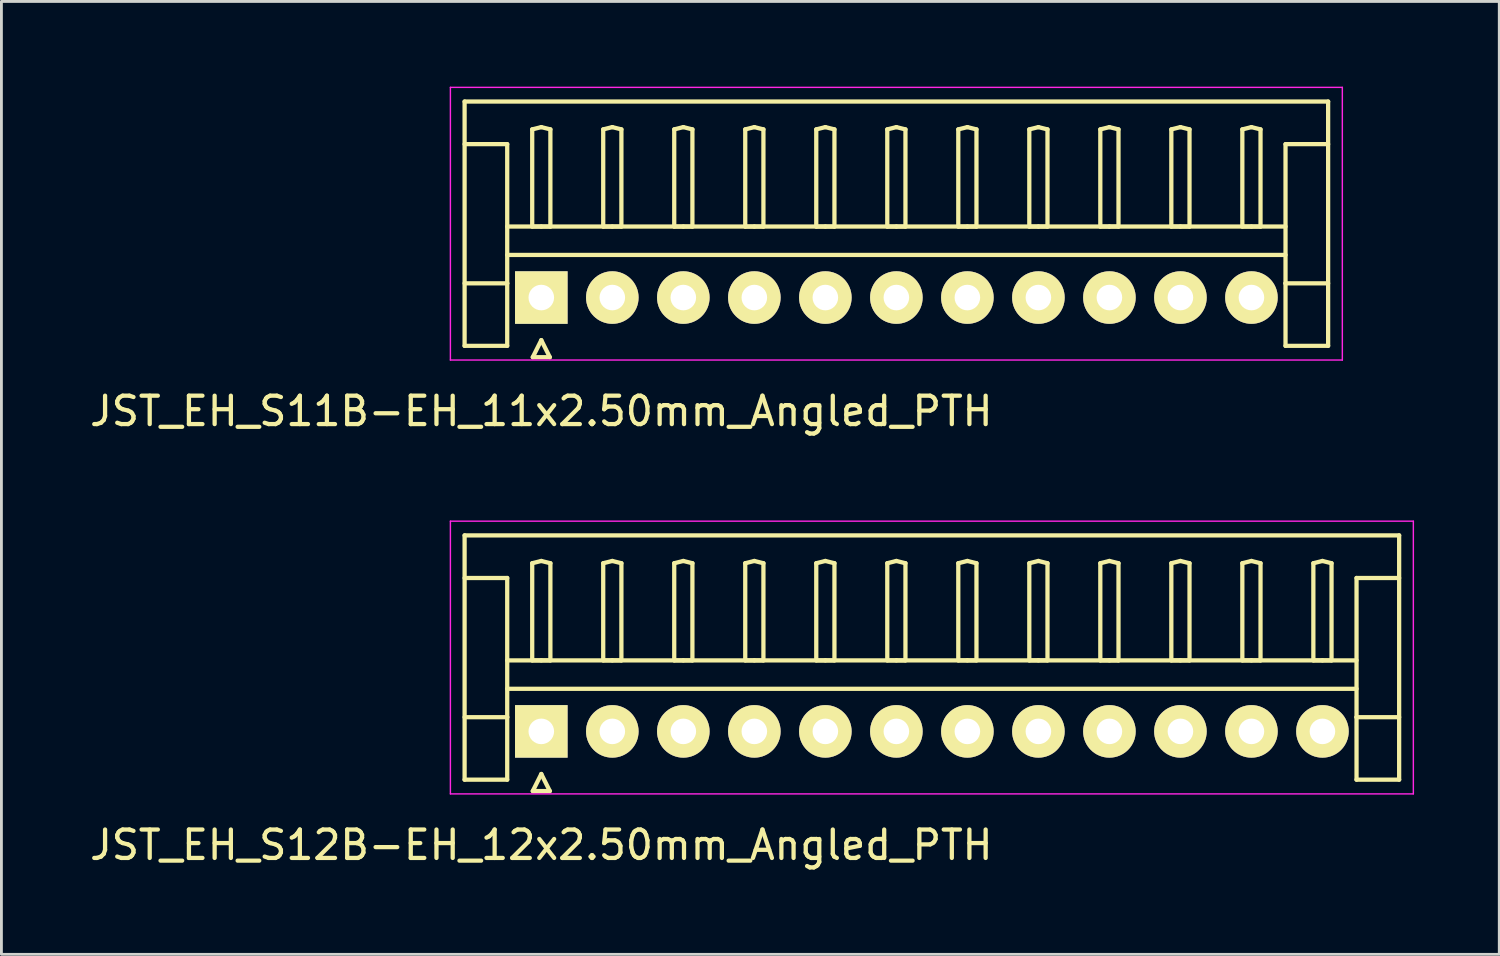
<source format=kicad_pcb>
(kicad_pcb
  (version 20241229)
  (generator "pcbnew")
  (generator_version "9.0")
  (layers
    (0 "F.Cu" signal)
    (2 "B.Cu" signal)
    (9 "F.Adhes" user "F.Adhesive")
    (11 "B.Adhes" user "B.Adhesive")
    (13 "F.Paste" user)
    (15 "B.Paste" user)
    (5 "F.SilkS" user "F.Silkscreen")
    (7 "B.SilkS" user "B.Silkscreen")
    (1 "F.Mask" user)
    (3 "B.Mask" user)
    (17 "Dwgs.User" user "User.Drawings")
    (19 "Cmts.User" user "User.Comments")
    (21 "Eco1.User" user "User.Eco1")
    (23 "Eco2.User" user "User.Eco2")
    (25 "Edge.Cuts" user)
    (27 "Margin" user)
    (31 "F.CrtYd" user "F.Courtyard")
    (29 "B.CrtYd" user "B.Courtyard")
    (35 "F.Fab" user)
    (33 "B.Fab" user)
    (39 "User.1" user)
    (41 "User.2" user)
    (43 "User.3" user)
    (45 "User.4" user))
  (footprint "JST_EH_S12B-EH_12x2.50mm_Angled_PTH"
    (layer "F.Cu")
    (at 16.006 22.698)
    (property "Reference" "JST_EH_S12B-EH_12x2.50mm_Angled_PTH" (at 0 4 0) (layer "F.SilkS") (effects (font (size 1 1) (thickness 0.15))))
    (attr through_hole)
    (fp_line (start -2.7 -6.9) (end 30.2 -6.9) (stroke (width 0.15) (type solid)) (layer "F.SilkS"))
    (fp_line (start -2.7 -5.4) (end -1.2 -5.4) (stroke (width 0.15) (type solid)) (layer "F.SilkS"))
    (fp_line (start -2.7 1.7) (end -2.7 -6.9) (stroke (width 0.15) (type solid)) (layer "F.SilkS"))
    (fp_line (start -1.2 -5.4) (end -1.2 -0.5) (stroke (width 0.15) (type solid)) (layer "F.SilkS"))
    (fp_line (start -1.2 -2.5) (end 28.7 -2.5) (stroke (width 0.15) (type solid)) (layer "F.SilkS"))
    (fp_line (start -1.2 -1.5) (end 28.7 -1.5) (stroke (width 0.15) (type solid)) (layer "F.SilkS"))
    (fp_line (start -1.2 -0.5) (end -2.7 -0.5) (stroke (width 0.15) (type solid)) (layer "F.SilkS"))
    (fp_line (start -1.2 -0.5) (end -1.2 1.7) (stroke (width 0.15) (type solid)) (layer "F.SilkS"))
    (fp_line (start -1.2 1.7) (end -2.7 1.7) (stroke (width 0.15) (type solid)) (layer "F.SilkS"))
    (fp_line (start -0.32 -5.92) (end 0 -6) (stroke (width 0.15) (type solid)) (layer "F.SilkS"))
    (fp_line (start -0.32 -2.5) (end -0.32 -5.92) (stroke (width 0.15) (type solid)) (layer "F.SilkS"))
    (fp_line (start -0.3 2.1) (end 0.3 2.1) (stroke (width 0.15) (type solid)) (layer "F.SilkS"))
    (fp_line (start 0 -6) (end 0.32 -5.92) (stroke (width 0.15) (type solid)) (layer "F.SilkS"))
    (fp_line (start 0 -2.5) (end -0.32 -2.5) (stroke (width 0.15) (type solid)) (layer "F.SilkS"))
    (fp_line (start 0 1.5) (end -0.3 2.1) (stroke (width 0.15) (type solid)) (layer "F.SilkS"))
    (fp_line (start 0.3 2.1) (end 0 1.5) (stroke (width 0.15) (type solid)) (layer "F.SilkS"))
    (fp_line (start 0.32 -5.92) (end 0.32 -2.5) (stroke (width 0.15) (type solid)) (layer "F.SilkS"))
    (fp_line (start 0.32 -2.5) (end 0 -2.5) (stroke (width 0.15) (type solid)) (layer "F.SilkS"))
    (fp_line (start 2.18 -5.92) (end 2.5 -6) (stroke (width 0.15) (type solid)) (layer "F.SilkS"))
    (fp_line (start 2.18 -2.5) (end 2.18 -5.92) (stroke (width 0.15) (type solid)) (layer "F.SilkS"))
    (fp_line (start 2.5 -6) (end 2.82 -5.92) (stroke (width 0.15) (type solid)) (layer "F.SilkS"))
    (fp_line (start 2.5 -2.5) (end 2.18 -2.5) (stroke (width 0.15) (type solid)) (layer "F.SilkS"))
    (fp_line (start 2.82 -5.92) (end 2.82 -2.5) (stroke (width 0.15) (type solid)) (layer "F.SilkS"))
    (fp_line (start 2.82 -2.5) (end 2.5 -2.5) (stroke (width 0.15) (type solid)) (layer "F.SilkS"))
    (fp_line (start 4.68 -5.92) (end 5 -6) (stroke (width 0.15) (type solid)) (layer "F.SilkS"))
    (fp_line (start 4.68 -2.5) (end 4.68 -5.92) (stroke (width 0.15) (type solid)) (layer "F.SilkS"))
    (fp_line (start 5 -6) (end 5.32 -5.92) (stroke (width 0.15) (type solid)) (layer "F.SilkS"))
    (fp_line (start 5 -2.5) (end 4.68 -2.5) (stroke (width 0.15) (type solid)) (layer "F.SilkS"))
    (fp_line (start 5.32 -5.92) (end 5.32 -2.5) (stroke (width 0.15) (type solid)) (layer "F.SilkS"))
    (fp_line (start 5.32 -2.5) (end 5 -2.5) (stroke (width 0.15) (type solid)) (layer "F.SilkS"))
    (fp_line (start 7.18 -5.92) (end 7.5 -6) (stroke (width 0.15) (type solid)) (layer "F.SilkS"))
    (fp_line (start 7.18 -2.5) (end 7.18 -5.92) (stroke (width 0.15) (type solid)) (layer "F.SilkS"))
    (fp_line (start 7.5 -6) (end 7.82 -5.92) (stroke (width 0.15) (type solid)) (layer "F.SilkS"))
    (fp_line (start 7.5 -2.5) (end 7.18 -2.5) (stroke (width 0.15) (type solid)) (layer "F.SilkS"))
    (fp_line (start 7.82 -5.92) (end 7.82 -2.5) (stroke (width 0.15) (type solid)) (layer "F.SilkS"))
    (fp_line (start 7.82 -2.5) (end 7.5 -2.5) (stroke (width 0.15) (type solid)) (layer "F.SilkS"))
    (fp_line (start 9.68 -5.92) (end 10 -6) (stroke (width 0.15) (type solid)) (layer "F.SilkS"))
    (fp_line (start 9.68 -2.5) (end 9.68 -5.92) (stroke (width 0.15) (type solid)) (layer "F.SilkS"))
    (fp_line (start 10 -6) (end 10.32 -5.92) (stroke (width 0.15) (type solid)) (layer "F.SilkS"))
    (fp_line (start 10 -2.5) (end 9.68 -2.5) (stroke (width 0.15) (type solid)) (layer "F.SilkS"))
    (fp_line (start 10.32 -5.92) (end 10.32 -2.5) (stroke (width 0.15) (type solid)) (layer "F.SilkS"))
    (fp_line (start 10.32 -2.5) (end 10 -2.5) (stroke (width 0.15) (type solid)) (layer "F.SilkS"))
    (fp_line (start 12.18 -5.92) (end 12.5 -6) (stroke (width 0.15) (type solid)) (layer "F.SilkS"))
    (fp_line (start 12.18 -2.5) (end 12.18 -5.92) (stroke (width 0.15) (type solid)) (layer "F.SilkS"))
    (fp_line (start 12.5 -6) (end 12.82 -5.92) (stroke (width 0.15) (type solid)) (layer "F.SilkS"))
    (fp_line (start 12.5 -2.5) (end 12.18 -2.5) (stroke (width 0.15) (type solid)) (layer "F.SilkS"))
    (fp_line (start 12.82 -5.92) (end 12.82 -2.5) (stroke (width 0.15) (type solid)) (layer "F.SilkS"))
    (fp_line (start 12.82 -2.5) (end 12.5 -2.5) (stroke (width 0.15) (type solid)) (layer "F.SilkS"))
    (fp_line (start 14.68 -5.92) (end 15 -6) (stroke (width 0.15) (type solid)) (layer "F.SilkS"))
    (fp_line (start 14.68 -2.5) (end 14.68 -5.92) (stroke (width 0.15) (type solid)) (layer "F.SilkS"))
    (fp_line (start 15 -6) (end 15.32 -5.92) (stroke (width 0.15) (type solid)) (layer "F.SilkS"))
    (fp_line (start 15 -2.5) (end 14.68 -2.5) (stroke (width 0.15) (type solid)) (layer "F.SilkS"))
    (fp_line (start 15.32 -5.92) (end 15.32 -2.5) (stroke (width 0.15) (type solid)) (layer "F.SilkS"))
    (fp_line (start 15.32 -2.5) (end 15 -2.5) (stroke (width 0.15) (type solid)) (layer "F.SilkS"))
    (fp_line (start 17.18 -5.92) (end 17.5 -6) (stroke (width 0.15) (type solid)) (layer "F.SilkS"))
    (fp_line (start 17.18 -2.5) (end 17.18 -5.92) (stroke (width 0.15) (type solid)) (layer "F.SilkS"))
    (fp_line (start 17.5 -6) (end 17.82 -5.92) (stroke (width 0.15) (type solid)) (layer "F.SilkS"))
    (fp_line (start 17.5 -2.5) (end 17.18 -2.5) (stroke (width 0.15) (type solid)) (layer "F.SilkS"))
    (fp_line (start 17.82 -5.92) (end 17.82 -2.5) (stroke (width 0.15) (type solid)) (layer "F.SilkS"))
    (fp_line (start 17.82 -2.5) (end 17.5 -2.5) (stroke (width 0.15) (type solid)) (layer "F.SilkS"))
    (fp_line (start 19.68 -5.92) (end 20 -6) (stroke (width 0.15) (type solid)) (layer "F.SilkS"))
    (fp_line (start 19.68 -2.5) (end 19.68 -5.92) (stroke (width 0.15) (type solid)) (layer "F.SilkS"))
    (fp_line (start 20 -6) (end 20.32 -5.92) (stroke (width 0.15) (type solid)) (layer "F.SilkS"))
    (fp_line (start 20 -2.5) (end 19.68 -2.5) (stroke (width 0.15) (type solid)) (layer "F.SilkS"))
    (fp_line (start 20.32 -5.92) (end 20.32 -2.5) (stroke (width 0.15) (type solid)) (layer "F.SilkS"))
    (fp_line (start 20.32 -2.5) (end 20 -2.5) (stroke (width 0.15) (type solid)) (layer "F.SilkS"))
    (fp_line (start 22.18 -5.92) (end 22.5 -6) (stroke (width 0.15) (type solid)) (layer "F.SilkS"))
    (fp_line (start 22.18 -2.5) (end 22.18 -5.92) (stroke (width 0.15) (type solid)) (layer "F.SilkS"))
    (fp_line (start 22.5 -6) (end 22.82 -5.92) (stroke (width 0.15) (type solid)) (layer "F.SilkS"))
    (fp_line (start 22.5 -2.5) (end 22.18 -2.5) (stroke (width 0.15) (type solid)) (layer "F.SilkS"))
    (fp_line (start 22.82 -5.92) (end 22.82 -2.5) (stroke (width 0.15) (type solid)) (layer "F.SilkS"))
    (fp_line (start 22.82 -2.5) (end 22.5 -2.5) (stroke (width 0.15) (type solid)) (layer "F.SilkS"))
    (fp_line (start 24.68 -5.92) (end 25 -6) (stroke (width 0.15) (type solid)) (layer "F.SilkS"))
    (fp_line (start 24.68 -2.5) (end 24.68 -5.92) (stroke (width 0.15) (type solid)) (layer "F.SilkS"))
    (fp_line (start 25 -6) (end 25.32 -5.92) (stroke (width 0.15) (type solid)) (layer "F.SilkS"))
    (fp_line (start 25 -2.5) (end 24.68 -2.5) (stroke (width 0.15) (type solid)) (layer "F.SilkS"))
    (fp_line (start 25.32 -5.92) (end 25.32 -2.5) (stroke (width 0.15) (type solid)) (layer "F.SilkS"))
    (fp_line (start 25.32 -2.5) (end 25 -2.5) (stroke (width 0.15) (type solid)) (layer "F.SilkS"))
    (fp_line (start 27.18 -5.92) (end 27.5 -6) (stroke (width 0.15) (type solid)) (layer "F.SilkS"))
    (fp_line (start 27.18 -2.5) (end 27.18 -5.92) (stroke (width 0.15) (type solid)) (layer "F.SilkS"))
    (fp_line (start 27.5 -6) (end 27.82 -5.92) (stroke (width 0.15) (type solid)) (layer "F.SilkS"))
    (fp_line (start 27.5 -2.5) (end 27.18 -2.5) (stroke (width 0.15) (type solid)) (layer "F.SilkS"))
    (fp_line (start 27.82 -5.92) (end 27.82 -2.5) (stroke (width 0.15) (type solid)) (layer "F.SilkS"))
    (fp_line (start 27.82 -2.5) (end 27.5 -2.5) (stroke (width 0.15) (type solid)) (layer "F.SilkS"))
    (fp_line (start 28.7 -5.4) (end 28.7 -0.5) (stroke (width 0.15) (type solid)) (layer "F.SilkS"))
    (fp_line (start 28.7 -0.5) (end 30.2 -0.5) (stroke (width 0.15) (type solid)) (layer "F.SilkS"))
    (fp_line (start 28.7 1.7) (end 28.7 -0.5) (stroke (width 0.15) (type solid)) (layer "F.SilkS"))
    (fp_line (start 30.2 -6.9) (end 30.2 1.7) (stroke (width 0.15) (type solid)) (layer "F.SilkS"))
    (fp_line (start 30.2 -5.4) (end 28.7 -5.4) (stroke (width 0.15) (type solid)) (layer "F.SilkS"))
    (fp_line (start 30.2 1.7) (end 28.7 1.7) (stroke (width 0.15) (type solid)) (layer "F.SilkS"))
    (fp_line (start -3.2 -7.4) (end -3.2 2.2) (stroke (width 0.05) (type solid)) (layer "F.CrtYd"))
    (fp_line (start -3.2 2.2) (end 30.7 2.2) (stroke (width 0.05) (type solid)) (layer "F.CrtYd"))
    (fp_line (start 30.7 -7.4) (end -3.2 -7.4) (stroke (width 0.05) (type solid)) (layer "F.CrtYd"))
    (fp_line (start 30.7 2.2) (end 30.7 -7.4) (stroke (width 0.05) (type solid)) (layer "F.CrtYd"))
    (pad "1" thru_hole rect (at 0 0) (size 1.85 1.85) (drill 0.9) (layers "*.Cu" "*.Mask" "F.SilkS"))
    (pad "2" thru_hole circle (at 2.5 0) (size 1.85 1.85) (drill 0.9) (layers "*.Cu" "*.Mask" "F.SilkS"))
    (pad "3" thru_hole circle (at 5 0) (size 1.85 1.85) (drill 0.9) (layers "*.Cu" "*.Mask" "F.SilkS"))
    (pad "4" thru_hole circle (at 7.5 0) (size 1.85 1.85) (drill 0.9) (layers "*.Cu" "*.Mask" "F.SilkS"))
    (pad "5" thru_hole circle (at 10 0) (size 1.85 1.85) (drill 0.9) (layers "*.Cu" "*.Mask" "F.SilkS"))
    (pad "6" thru_hole circle (at 12.5 0) (size 1.85 1.85) (drill 0.9) (layers "*.Cu" "*.Mask" "F.SilkS"))
    (pad "7" thru_hole circle (at 15 0) (size 1.85 1.85) (drill 0.9) (layers "*.Cu" "*.Mask" "F.SilkS"))
    (pad "8" thru_hole circle (at 17.5 0) (size 1.85 1.85) (drill 0.9) (layers "*.Cu" "*.Mask" "F.SilkS"))
    (pad "9" thru_hole circle (at 20 0) (size 1.85 1.85) (drill 0.9) (layers "*.Cu" "*.Mask" "F.SilkS"))
    (pad "10" thru_hole circle (at 22.5 0) (size 1.85 1.85) (drill 0.9) (layers "*.Cu" "*.Mask" "F.SilkS"))
    (pad "11" thru_hole circle (at 25 0) (size 1.85 1.85) (drill 0.9) (layers "*.Cu" "*.Mask" "F.SilkS"))
    (pad "12" thru_hole circle (at 27.5 0) (size 1.85 1.85) (drill 0.9) (layers "*.Cu" "*.Mask" "F.SilkS")))
  (footprint "JST_EH_S11B-EH_11x2.50mm_Angled_PTH"
    (layer "F.Cu")
    (at 16.006 7.425)
    (property "Reference" "JST_EH_S11B-EH_11x2.50mm_Angled_PTH" (at 0 4 0) (layer "F.SilkS") (effects (font (size 1 1) (thickness 0.15))))
    (attr through_hole)
    (fp_line (start -2.7 -6.9) (end 27.7 -6.9) (stroke (width 0.15) (type solid)) (layer "F.SilkS"))
    (fp_line (start -2.7 -5.4) (end -1.2 -5.4) (stroke (width 0.15) (type solid)) (layer "F.SilkS"))
    (fp_line (start -2.7 1.7) (end -2.7 -6.9) (stroke (width 0.15) (type solid)) (layer "F.SilkS"))
    (fp_line (start -1.2 -5.4) (end -1.2 -0.5) (stroke (width 0.15) (type solid)) (layer "F.SilkS"))
    (fp_line (start -1.2 -2.5) (end 26.2 -2.5) (stroke (width 0.15) (type solid)) (layer "F.SilkS"))
    (fp_line (start -1.2 -1.5) (end 26.2 -1.5) (stroke (width 0.15) (type solid)) (layer "F.SilkS"))
    (fp_line (start -1.2 -0.5) (end -2.7 -0.5) (stroke (width 0.15) (type solid)) (layer "F.SilkS"))
    (fp_line (start -1.2 -0.5) (end -1.2 1.7) (stroke (width 0.15) (type solid)) (layer "F.SilkS"))
    (fp_line (start -1.2 1.7) (end -2.7 1.7) (stroke (width 0.15) (type solid)) (layer "F.SilkS"))
    (fp_line (start -0.32 -5.92) (end 0 -6) (stroke (width 0.15) (type solid)) (layer "F.SilkS"))
    (fp_line (start -0.32 -2.5) (end -0.32 -5.92) (stroke (width 0.15) (type solid)) (layer "F.SilkS"))
    (fp_line (start -0.3 2.1) (end 0.3 2.1) (stroke (width 0.15) (type solid)) (layer "F.SilkS"))
    (fp_line (start 0 -6) (end 0.32 -5.92) (stroke (width 0.15) (type solid)) (layer "F.SilkS"))
    (fp_line (start 0 -2.5) (end -0.32 -2.5) (stroke (width 0.15) (type solid)) (layer "F.SilkS"))
    (fp_line (start 0 1.5) (end -0.3 2.1) (stroke (width 0.15) (type solid)) (layer "F.SilkS"))
    (fp_line (start 0.3 2.1) (end 0 1.5) (stroke (width 0.15) (type solid)) (layer "F.SilkS"))
    (fp_line (start 0.32 -5.92) (end 0.32 -2.5) (stroke (width 0.15) (type solid)) (layer "F.SilkS"))
    (fp_line (start 0.32 -2.5) (end 0 -2.5) (stroke (width 0.15) (type solid)) (layer "F.SilkS"))
    (fp_line (start 2.18 -5.92) (end 2.5 -6) (stroke (width 0.15) (type solid)) (layer "F.SilkS"))
    (fp_line (start 2.18 -2.5) (end 2.18 -5.92) (stroke (width 0.15) (type solid)) (layer "F.SilkS"))
    (fp_line (start 2.5 -6) (end 2.82 -5.92) (stroke (width 0.15) (type solid)) (layer "F.SilkS"))
    (fp_line (start 2.5 -2.5) (end 2.18 -2.5) (stroke (width 0.15) (type solid)) (layer "F.SilkS"))
    (fp_line (start 2.82 -5.92) (end 2.82 -2.5) (stroke (width 0.15) (type solid)) (layer "F.SilkS"))
    (fp_line (start 2.82 -2.5) (end 2.5 -2.5) (stroke (width 0.15) (type solid)) (layer "F.SilkS"))
    (fp_line (start 4.68 -5.92) (end 5 -6) (stroke (width 0.15) (type solid)) (layer "F.SilkS"))
    (fp_line (start 4.68 -2.5) (end 4.68 -5.92) (stroke (width 0.15) (type solid)) (layer "F.SilkS"))
    (fp_line (start 5 -6) (end 5.32 -5.92) (stroke (width 0.15) (type solid)) (layer "F.SilkS"))
    (fp_line (start 5 -2.5) (end 4.68 -2.5) (stroke (width 0.15) (type solid)) (layer "F.SilkS"))
    (fp_line (start 5.32 -5.92) (end 5.32 -2.5) (stroke (width 0.15) (type solid)) (layer "F.SilkS"))
    (fp_line (start 5.32 -2.5) (end 5 -2.5) (stroke (width 0.15) (type solid)) (layer "F.SilkS"))
    (fp_line (start 7.18 -5.92) (end 7.5 -6) (stroke (width 0.15) (type solid)) (layer "F.SilkS"))
    (fp_line (start 7.18 -2.5) (end 7.18 -5.92) (stroke (width 0.15) (type solid)) (layer "F.SilkS"))
    (fp_line (start 7.5 -6) (end 7.82 -5.92) (stroke (width 0.15) (type solid)) (layer "F.SilkS"))
    (fp_line (start 7.5 -2.5) (end 7.18 -2.5) (stroke (width 0.15) (type solid)) (layer "F.SilkS"))
    (fp_line (start 7.82 -5.92) (end 7.82 -2.5) (stroke (width 0.15) (type solid)) (layer "F.SilkS"))
    (fp_line (start 7.82 -2.5) (end 7.5 -2.5) (stroke (width 0.15) (type solid)) (layer "F.SilkS"))
    (fp_line (start 9.68 -5.92) (end 10 -6) (stroke (width 0.15) (type solid)) (layer "F.SilkS"))
    (fp_line (start 9.68 -2.5) (end 9.68 -5.92) (stroke (width 0.15) (type solid)) (layer "F.SilkS"))
    (fp_line (start 10 -6) (end 10.32 -5.92) (stroke (width 0.15) (type solid)) (layer "F.SilkS"))
    (fp_line (start 10 -2.5) (end 9.68 -2.5) (stroke (width 0.15) (type solid)) (layer "F.SilkS"))
    (fp_line (start 10.32 -5.92) (end 10.32 -2.5) (stroke (width 0.15) (type solid)) (layer "F.SilkS"))
    (fp_line (start 10.32 -2.5) (end 10 -2.5) (stroke (width 0.15) (type solid)) (layer "F.SilkS"))
    (fp_line (start 12.18 -5.92) (end 12.5 -6) (stroke (width 0.15) (type solid)) (layer "F.SilkS"))
    (fp_line (start 12.18 -2.5) (end 12.18 -5.92) (stroke (width 0.15) (type solid)) (layer "F.SilkS"))
    (fp_line (start 12.5 -6) (end 12.82 -5.92) (stroke (width 0.15) (type solid)) (layer "F.SilkS"))
    (fp_line (start 12.5 -2.5) (end 12.18 -2.5) (stroke (width 0.15) (type solid)) (layer "F.SilkS"))
    (fp_line (start 12.82 -5.92) (end 12.82 -2.5) (stroke (width 0.15) (type solid)) (layer "F.SilkS"))
    (fp_line (start 12.82 -2.5) (end 12.5 -2.5) (stroke (width 0.15) (type solid)) (layer "F.SilkS"))
    (fp_line (start 14.68 -5.92) (end 15 -6) (stroke (width 0.15) (type solid)) (layer "F.SilkS"))
    (fp_line (start 14.68 -2.5) (end 14.68 -5.92) (stroke (width 0.15) (type solid)) (layer "F.SilkS"))
    (fp_line (start 15 -6) (end 15.32 -5.92) (stroke (width 0.15) (type solid)) (layer "F.SilkS"))
    (fp_line (start 15 -2.5) (end 14.68 -2.5) (stroke (width 0.15) (type solid)) (layer "F.SilkS"))
    (fp_line (start 15.32 -5.92) (end 15.32 -2.5) (stroke (width 0.15) (type solid)) (layer "F.SilkS"))
    (fp_line (start 15.32 -2.5) (end 15 -2.5) (stroke (width 0.15) (type solid)) (layer "F.SilkS"))
    (fp_line (start 17.18 -5.92) (end 17.5 -6) (stroke (width 0.15) (type solid)) (layer "F.SilkS"))
    (fp_line (start 17.18 -2.5) (end 17.18 -5.92) (stroke (width 0.15) (type solid)) (layer "F.SilkS"))
    (fp_line (start 17.5 -6) (end 17.82 -5.92) (stroke (width 0.15) (type solid)) (layer "F.SilkS"))
    (fp_line (start 17.5 -2.5) (end 17.18 -2.5) (stroke (width 0.15) (type solid)) (layer "F.SilkS"))
    (fp_line (start 17.82 -5.92) (end 17.82 -2.5) (stroke (width 0.15) (type solid)) (layer "F.SilkS"))
    (fp_line (start 17.82 -2.5) (end 17.5 -2.5) (stroke (width 0.15) (type solid)) (layer "F.SilkS"))
    (fp_line (start 19.68 -5.92) (end 20 -6) (stroke (width 0.15) (type solid)) (layer "F.SilkS"))
    (fp_line (start 19.68 -2.5) (end 19.68 -5.92) (stroke (width 0.15) (type solid)) (layer "F.SilkS"))
    (fp_line (start 20 -6) (end 20.32 -5.92) (stroke (width 0.15) (type solid)) (layer "F.SilkS"))
    (fp_line (start 20 -2.5) (end 19.68 -2.5) (stroke (width 0.15) (type solid)) (layer "F.SilkS"))
    (fp_line (start 20.32 -5.92) (end 20.32 -2.5) (stroke (width 0.15) (type solid)) (layer "F.SilkS"))
    (fp_line (start 20.32 -2.5) (end 20 -2.5) (stroke (width 0.15) (type solid)) (layer "F.SilkS"))
    (fp_line (start 22.18 -5.92) (end 22.5 -6) (stroke (width 0.15) (type solid)) (layer "F.SilkS"))
    (fp_line (start 22.18 -2.5) (end 22.18 -5.92) (stroke (width 0.15) (type solid)) (layer "F.SilkS"))
    (fp_line (start 22.5 -6) (end 22.82 -5.92) (stroke (width 0.15) (type solid)) (layer "F.SilkS"))
    (fp_line (start 22.5 -2.5) (end 22.18 -2.5) (stroke (width 0.15) (type solid)) (layer "F.SilkS"))
    (fp_line (start 22.82 -5.92) (end 22.82 -2.5) (stroke (width 0.15) (type solid)) (layer "F.SilkS"))
    (fp_line (start 22.82 -2.5) (end 22.5 -2.5) (stroke (width 0.15) (type solid)) (layer "F.SilkS"))
    (fp_line (start 24.68 -5.92) (end 25 -6) (stroke (width 0.15) (type solid)) (layer "F.SilkS"))
    (fp_line (start 24.68 -2.5) (end 24.68 -5.92) (stroke (width 0.15) (type solid)) (layer "F.SilkS"))
    (fp_line (start 25 -6) (end 25.32 -5.92) (stroke (width 0.15) (type solid)) (layer "F.SilkS"))
    (fp_line (start 25 -2.5) (end 24.68 -2.5) (stroke (width 0.15) (type solid)) (layer "F.SilkS"))
    (fp_line (start 25.32 -5.92) (end 25.32 -2.5) (stroke (width 0.15) (type solid)) (layer "F.SilkS"))
    (fp_line (start 25.32 -2.5) (end 25 -2.5) (stroke (width 0.15) (type solid)) (layer "F.SilkS"))
    (fp_line (start 26.2 -5.4) (end 26.2 -0.5) (stroke (width 0.15) (type solid)) (layer "F.SilkS"))
    (fp_line (start 26.2 -0.5) (end 27.7 -0.5) (stroke (width 0.15) (type solid)) (layer "F.SilkS"))
    (fp_line (start 26.2 1.7) (end 26.2 -0.5) (stroke (width 0.15) (type solid)) (layer "F.SilkS"))
    (fp_line (start 27.7 -6.9) (end 27.7 1.7) (stroke (width 0.15) (type solid)) (layer "F.SilkS"))
    (fp_line (start 27.7 -5.4) (end 26.2 -5.4) (stroke (width 0.15) (type solid)) (layer "F.SilkS"))
    (fp_line (start 27.7 1.7) (end 26.2 1.7) (stroke (width 0.15) (type solid)) (layer "F.SilkS"))
    (fp_line (start -3.2 -7.4) (end -3.2 2.2) (stroke (width 0.05) (type solid)) (layer "F.CrtYd"))
    (fp_line (start -3.2 2.2) (end 28.2 2.2) (stroke (width 0.05) (type solid)) (layer "F.CrtYd"))
    (fp_line (start 28.2 -7.4) (end -3.2 -7.4) (stroke (width 0.05) (type solid)) (layer "F.CrtYd"))
    (fp_line (start 28.2 2.2) (end 28.2 -7.4) (stroke (width 0.05) (type solid)) (layer "F.CrtYd"))
    (pad "1" thru_hole rect (at 0 0) (size 1.85 1.85) (drill 0.9) (layers "*.Cu" "*.Mask" "F.SilkS"))
    (pad "2" thru_hole circle (at 2.5 0) (size 1.85 1.85) (drill 0.9) (layers "*.Cu" "*.Mask" "F.SilkS"))
    (pad "3" thru_hole circle (at 5 0) (size 1.85 1.85) (drill 0.9) (layers "*.Cu" "*.Mask" "F.SilkS"))
    (pad "4" thru_hole circle (at 7.5 0) (size 1.85 1.85) (drill 0.9) (layers "*.Cu" "*.Mask" "F.SilkS"))
    (pad "5" thru_hole circle (at 10 0) (size 1.85 1.85) (drill 0.9) (layers "*.Cu" "*.Mask" "F.SilkS"))
    (pad "6" thru_hole circle (at 12.5 0) (size 1.85 1.85) (drill 0.9) (layers "*.Cu" "*.Mask" "F.SilkS"))
    (pad "7" thru_hole circle (at 15 0) (size 1.85 1.85) (drill 0.9) (layers "*.Cu" "*.Mask" "F.SilkS"))
    (pad "8" thru_hole circle (at 17.5 0) (size 1.85 1.85) (drill 0.9) (layers "*.Cu" "*.Mask" "F.SilkS"))
    (pad "9" thru_hole circle (at 20 0) (size 1.85 1.85) (drill 0.9) (layers "*.Cu" "*.Mask" "F.SilkS"))
    (pad "10" thru_hole circle (at 22.5 0) (size 1.85 1.85) (drill 0.9) (layers "*.Cu" "*.Mask" "F.SilkS"))
    (pad "11" thru_hole circle (at 25 0) (size 1.85 1.85) (drill 0.9) (layers "*.Cu" "*.Mask" "F.SilkS")))
  (gr_rect
    (start -3 -3)
    (end 49.731 30.547)
    (stroke (width 0.1) (type default))
    (fill no)
    (layer "Edge.Cuts")))
</source>
